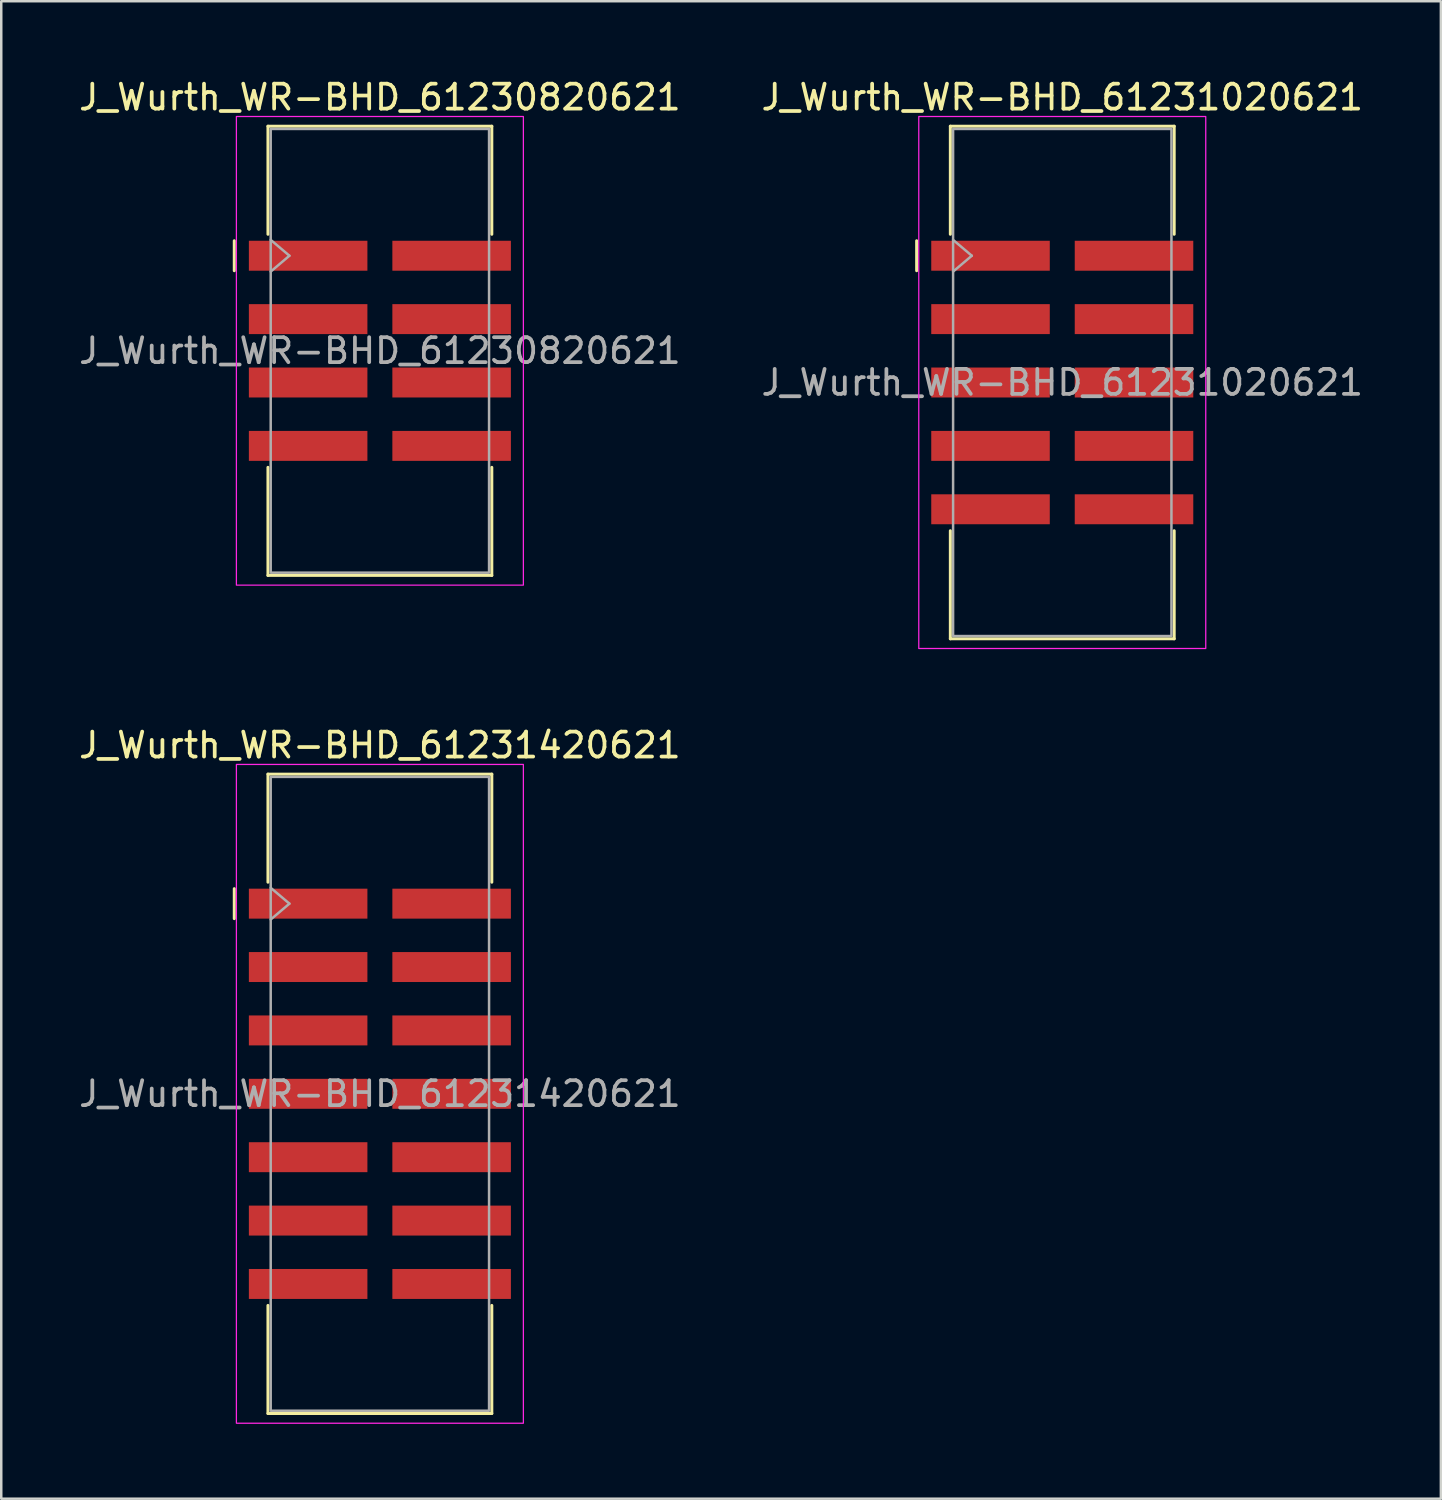
<source format=kicad_pcb>
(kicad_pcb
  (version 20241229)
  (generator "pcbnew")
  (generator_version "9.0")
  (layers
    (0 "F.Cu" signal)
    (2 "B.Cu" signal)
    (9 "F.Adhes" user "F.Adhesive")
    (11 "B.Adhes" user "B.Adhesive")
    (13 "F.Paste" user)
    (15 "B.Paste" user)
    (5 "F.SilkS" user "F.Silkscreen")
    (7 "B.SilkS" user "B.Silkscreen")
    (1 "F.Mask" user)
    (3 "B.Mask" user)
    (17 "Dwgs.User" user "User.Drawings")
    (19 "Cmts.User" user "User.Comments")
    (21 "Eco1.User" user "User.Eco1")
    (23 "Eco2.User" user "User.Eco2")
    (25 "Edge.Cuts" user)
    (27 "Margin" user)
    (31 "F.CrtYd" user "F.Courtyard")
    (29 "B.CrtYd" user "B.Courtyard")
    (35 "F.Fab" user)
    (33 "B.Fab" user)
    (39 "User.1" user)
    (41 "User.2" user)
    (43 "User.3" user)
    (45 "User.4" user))
  (footprint "J_Wurth_WR-BHD_61231020621"
    (layer "F.Cu")
    (at 39.518 12.278)
    (property "Reference" "J_Wurth_WR-BHD_61231020621" (at 0 -11.43 0) (unlocked yes) (layer "F.SilkS") (effects (font (size 1 1) (thickness 0.15))))
    (attr smd)
    (fp_line (start -5.835 -5.68) (end -5.835 -4.48) (stroke (width 0.12) (type solid)) (layer "F.SilkS"))
    (fp_line (start -4.485 -5.94) (end -4.485 -10.27) (stroke (width 0.12) (type solid)) (layer "F.SilkS"))
    (fp_line (start -4.485 10.27) (end -4.485 5.94) (stroke (width 0.12) (type solid)) (layer "F.SilkS"))
    (fp_line (start 4.485 -10.27) (end -4.485 -10.27) (stroke (width 0.12) (type solid)) (layer "F.SilkS"))
    (fp_line (start 4.485 -10.27) (end 4.485 -5.94) (stroke (width 0.12) (type solid)) (layer "F.SilkS"))
    (fp_line (start 4.485 5.94) (end 4.485 10.27) (stroke (width 0.12) (type solid)) (layer "F.SilkS"))
    (fp_line (start 4.485 10.27) (end -4.485 10.27) (stroke (width 0.12) (type solid)) (layer "F.SilkS"))
    (fp_rect (start -5.75 -10.66) (end 5.75 10.66) (stroke (width 0.05) (type solid)) (fill no) (layer "F.CrtYd"))
    (fp_line (start -3.625 -5.08) (end -4.375 -5.715) (stroke (width 0.1) (type solid)) (layer "F.Fab"))
    (fp_line (start -3.625 -5.08) (end -4.375 -4.445) (stroke (width 0.1) (type solid)) (layer "F.Fab"))
    (fp_rect (start -4.375 -10.16) (end 4.375 10.16) (stroke (width 0.1) (type solid)) (fill no) (layer "F.Fab"))
    (fp_text user "${REFERENCE}" (at 0 0 0) (unlocked yes) (layer "F.Fab") (effects (font (size 1 1) (thickness 0.15))))
    (pad "1" smd rect (at -2.875 -5.08 270) (size 1.2 4.75) (layers "F.Cu" "F.Mask" "F.Paste"))
    (pad "2" smd rect (at 2.875 -5.08 270) (size 1.2 4.75) (layers "F.Cu" "F.Mask" "F.Paste"))
    (pad "3" smd rect (at -2.875 -2.54 270) (size 1.2 4.75) (layers "F.Cu" "F.Mask" "F.Paste"))
    (pad "4" smd rect (at 2.875 -2.54 270) (size 1.2 4.75) (layers "F.Cu" "F.Mask" "F.Paste"))
    (pad "5" smd rect (at -2.875 0 270) (size 1.2 4.75) (layers "F.Cu" "F.Mask" "F.Paste"))
    (pad "6" smd rect (at 2.875 0 270) (size 1.2 4.75) (layers "F.Cu" "F.Mask" "F.Paste"))
    (pad "7" smd rect (at -2.875 2.54 270) (size 1.2 4.75) (layers "F.Cu" "F.Mask" "F.Paste"))
    (pad "8" smd rect (at 2.875 2.54 270) (size 1.2 4.75) (layers "F.Cu" "F.Mask" "F.Paste"))
    (pad "9" smd rect (at -2.875 5.08 270) (size 1.2 4.75) (layers "F.Cu" "F.Mask" "F.Paste"))
    (pad "10" smd rect (at 2.875 5.08 270) (size 1.2 4.75) (layers "F.Cu" "F.Mask" "F.Paste")))
  (footprint "J_Wurth_WR-BHD_61230820621"
    (layer "F.Cu")
    (at 12.173 11.008)
    (property "Reference" "J_Wurth_WR-BHD_61230820621" (at 0 -10.16 0) (unlocked yes) (layer "F.SilkS") (effects (font (size 1 1) (thickness 0.15))))
    (attr smd)
    (fp_line (start -5.835 -4.41) (end -5.835 -3.21) (stroke (width 0.12) (type solid)) (layer "F.SilkS"))
    (fp_line (start -4.485 -4.67) (end -4.485 -9) (stroke (width 0.12) (type solid)) (layer "F.SilkS"))
    (fp_line (start -4.485 9) (end -4.485 4.67) (stroke (width 0.12) (type solid)) (layer "F.SilkS"))
    (fp_line (start 4.485 -9) (end -4.485 -9) (stroke (width 0.12) (type solid)) (layer "F.SilkS"))
    (fp_line (start 4.485 -9) (end 4.485 -4.67) (stroke (width 0.12) (type solid)) (layer "F.SilkS"))
    (fp_line (start 4.485 4.67) (end 4.485 9) (stroke (width 0.12) (type solid)) (layer "F.SilkS"))
    (fp_line (start 4.485 9) (end -4.485 9) (stroke (width 0.12) (type solid)) (layer "F.SilkS"))
    (fp_rect (start -5.75 -9.39) (end 5.75 9.39) (stroke (width 0.05) (type solid)) (fill no) (layer "F.CrtYd"))
    (fp_line (start -3.625 -3.81) (end -4.375 -4.445) (stroke (width 0.1) (type solid)) (layer "F.Fab"))
    (fp_line (start -3.625 -3.81) (end -4.375 -3.175) (stroke (width 0.1) (type solid)) (layer "F.Fab"))
    (fp_rect (start -4.375 -8.89) (end 4.375 8.89) (stroke (width 0.1) (type solid)) (fill no) (layer "F.Fab"))
    (fp_text user "${REFERENCE}" (at 0 0 0) (unlocked yes) (layer "F.Fab") (effects (font (size 1 1) (thickness 0.15))))
    (pad "1" smd rect (at -2.875 -3.81 270) (size 1.2 4.75) (layers "F.Cu" "F.Mask" "F.Paste"))
    (pad "2" smd rect (at 2.875 -3.81 270) (size 1.2 4.75) (layers "F.Cu" "F.Mask" "F.Paste"))
    (pad "3" smd rect (at -2.875 -1.27 270) (size 1.2 4.75) (layers "F.Cu" "F.Mask" "F.Paste"))
    (pad "4" smd rect (at 2.875 -1.27 270) (size 1.2 4.75) (layers "F.Cu" "F.Mask" "F.Paste"))
    (pad "5" smd rect (at -2.875 1.27 270) (size 1.2 4.75) (layers "F.Cu" "F.Mask" "F.Paste"))
    (pad "6" smd rect (at 2.875 1.27 270) (size 1.2 4.75) (layers "F.Cu" "F.Mask" "F.Paste"))
    (pad "7" smd rect (at -2.875 3.81 270) (size 1.2 4.75) (layers "F.Cu" "F.Mask" "F.Paste"))
    (pad "8" smd rect (at 2.875 3.81 270) (size 1.2 4.75) (layers "F.Cu" "F.Mask" "F.Paste")))
  (footprint "J_Wurth_WR-BHD_61231420621"
    (layer "F.Cu")
    (at 12.173 40.782)
    (property "Reference" "J_Wurth_WR-BHD_61231420621" (at 0 -13.97 0) (unlocked yes) (layer "F.SilkS") (effects (font (size 1 1) (thickness 0.15))))
    (attr smd)
    (fp_line (start -5.835 -8.22) (end -5.835 -7.02) (stroke (width 0.12) (type solid)) (layer "F.SilkS"))
    (fp_line (start -4.485 -8.48) (end -4.485 -12.81) (stroke (width 0.12) (type solid)) (layer "F.SilkS"))
    (fp_line (start -4.485 12.81) (end -4.485 8.48) (stroke (width 0.12) (type solid)) (layer "F.SilkS"))
    (fp_line (start 4.485 -12.81) (end -4.485 -12.81) (stroke (width 0.12) (type solid)) (layer "F.SilkS"))
    (fp_line (start 4.485 -12.81) (end 4.485 -8.48) (stroke (width 0.12) (type solid)) (layer "F.SilkS"))
    (fp_line (start 4.485 8.48) (end 4.485 12.81) (stroke (width 0.12) (type solid)) (layer "F.SilkS"))
    (fp_line (start 4.485 12.81) (end -4.485 12.81) (stroke (width 0.12) (type solid)) (layer "F.SilkS"))
    (fp_rect (start -5.75 -13.2) (end 5.75 13.2) (stroke (width 0.05) (type solid)) (fill no) (layer "F.CrtYd"))
    (fp_line (start -3.625 -7.62) (end -4.375 -8.255) (stroke (width 0.1) (type solid)) (layer "F.Fab"))
    (fp_line (start -3.625 -7.62) (end -4.375 -6.985) (stroke (width 0.1) (type solid)) (layer "F.Fab"))
    (fp_rect (start -4.375 -12.7) (end 4.375 12.7) (stroke (width 0.1) (type solid)) (fill no) (layer "F.Fab"))
    (fp_text user "${REFERENCE}" (at 0 0 0) (unlocked yes) (layer "F.Fab") (effects (font (size 1 1) (thickness 0.15))))
    (pad "1" smd rect (at -2.875 -7.62 270) (size 1.2 4.75) (layers "F.Cu" "F.Mask" "F.Paste"))
    (pad "2" smd rect (at 2.875 -7.62 270) (size 1.2 4.75) (layers "F.Cu" "F.Mask" "F.Paste"))
    (pad "3" smd rect (at -2.875 -5.08 270) (size 1.2 4.75) (layers "F.Cu" "F.Mask" "F.Paste"))
    (pad "4" smd rect (at 2.875 -5.08 270) (size 1.2 4.75) (layers "F.Cu" "F.Mask" "F.Paste"))
    (pad "5" smd rect (at -2.875 -2.54 270) (size 1.2 4.75) (layers "F.Cu" "F.Mask" "F.Paste"))
    (pad "6" smd rect (at 2.875 -2.54 270) (size 1.2 4.75) (layers "F.Cu" "F.Mask" "F.Paste"))
    (pad "7" smd rect (at -2.875 0 270) (size 1.2 4.75) (layers "F.Cu" "F.Mask" "F.Paste"))
    (pad "8" smd rect (at 2.875 0 270) (size 1.2 4.75) (layers "F.Cu" "F.Mask" "F.Paste"))
    (pad "9" smd rect (at -2.875 2.54 270) (size 1.2 4.75) (layers "F.Cu" "F.Mask" "F.Paste"))
    (pad "10" smd rect (at 2.875 2.54 270) (size 1.2 4.75) (layers "F.Cu" "F.Mask" "F.Paste"))
    (pad "11" smd rect (at -2.875 5.08 270) (size 1.2 4.75) (layers "F.Cu" "F.Mask" "F.Paste"))
    (pad "12" smd rect (at 2.875 5.08 270) (size 1.2 4.75) (layers "F.Cu" "F.Mask" "F.Paste"))
    (pad "13" smd rect (at -2.875 7.62 270) (size 1.2 4.75) (layers "F.Cu" "F.Mask" "F.Paste"))
    (pad "14" smd rect (at 2.875 7.62 270) (size 1.2 4.75) (layers "F.Cu" "F.Mask" "F.Paste")))
  (gr_rect
    (start -3 -3)
    (end 54.69 57.007)
    (stroke (width 0.1) (type default))
    (fill no)
    (layer "Edge.Cuts")))
</source>
